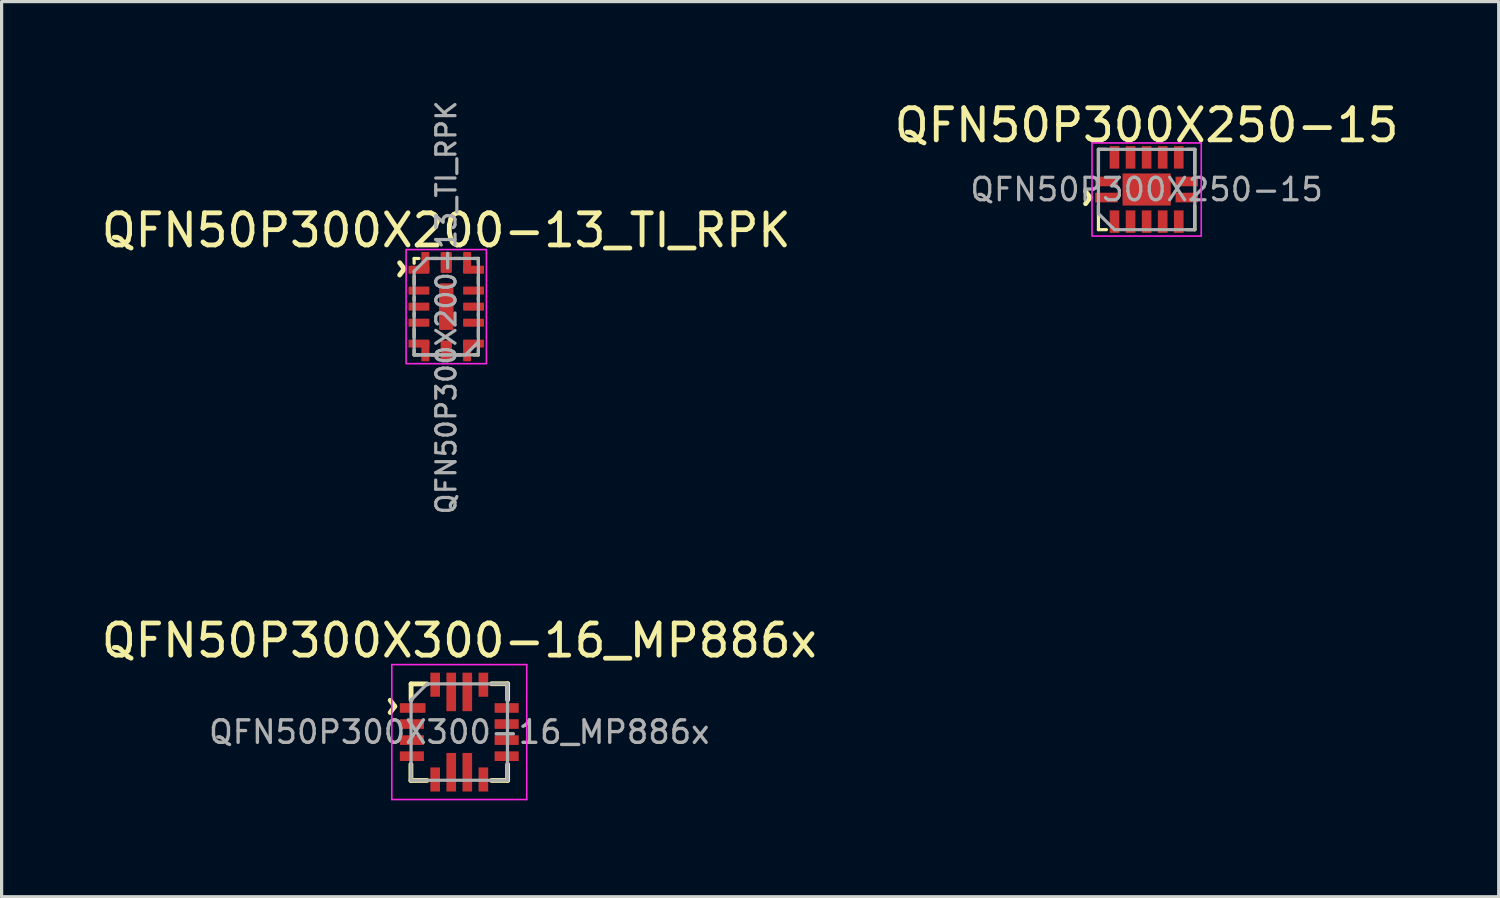
<source format=kicad_pcb>
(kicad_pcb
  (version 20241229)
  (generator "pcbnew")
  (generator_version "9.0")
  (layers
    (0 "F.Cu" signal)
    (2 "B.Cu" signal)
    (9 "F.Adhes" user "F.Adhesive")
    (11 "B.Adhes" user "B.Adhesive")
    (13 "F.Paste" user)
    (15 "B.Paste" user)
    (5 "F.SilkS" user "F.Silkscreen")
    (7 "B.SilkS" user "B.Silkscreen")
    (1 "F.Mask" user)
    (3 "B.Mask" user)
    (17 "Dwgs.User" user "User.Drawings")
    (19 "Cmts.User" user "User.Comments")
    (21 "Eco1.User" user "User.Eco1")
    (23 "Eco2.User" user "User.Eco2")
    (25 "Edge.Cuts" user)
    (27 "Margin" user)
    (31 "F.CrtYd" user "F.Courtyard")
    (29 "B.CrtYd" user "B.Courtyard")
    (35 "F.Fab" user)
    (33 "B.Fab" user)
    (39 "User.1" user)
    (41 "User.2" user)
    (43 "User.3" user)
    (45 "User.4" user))
  (footprint "QFN50P300X250-15"
    (layer "F.Cu")
    (at 32.637 2.848)
    (property "Reference" "QFN50P300X250-15" (at 0 -2 0) (unlocked yes) (layer "F.SilkS") (effects (font (size 1 1) (thickness 0.15))))
    (fp_line (start -1.5 -1.25) (end -1.5 -0.5) (stroke (width 0.1) (type solid)) (layer "F.SilkS"))
    (fp_line (start -1.5 0.5) (end -1.5 1.25) (stroke (width 0.1) (type solid)) (layer "F.SilkS"))
    (fp_line (start -1.5 1.25) (end -1.25 1.25) (stroke (width 0.1) (type solid)) (layer "F.SilkS"))
    (fp_line (start -1.25 -1.25) (end -1.5 -1.25) (stroke (width 0.1) (type solid)) (layer "F.SilkS"))
    (fp_line (start 1.25 -1.25) (end 1.5 -1.25) (stroke (width 0.1) (type solid)) (layer "F.SilkS"))
    (fp_line (start 1.5 -1.25) (end 1.5 -0.5) (stroke (width 0.1) (type solid)) (layer "F.SilkS"))
    (fp_line (start 1.5 0.5) (end 1.5 1.25) (stroke (width 0.1) (type solid)) (layer "F.SilkS"))
    (fp_line (start 1.5 1.25) (end 1.25 1.25) (stroke (width 0.1) (type solid)) (layer "F.SilkS"))
    (fp_rect (start -1.7 -1.45) (end 1.7 1.45) (stroke (width 0.05) (type solid)) (fill no) (layer "F.CrtYd"))
    (fp_line (start -1.5 -1.25) (end 1.5 -1.25) (stroke (width 0.1) (type solid)) (layer "F.Fab"))
    (fp_line (start -1.5 0.75) (end -1.5 -1.25) (stroke (width 0.1) (type solid)) (layer "F.Fab"))
    (fp_line (start -1 1.25) (end -1.5 0.75) (stroke (width 0.1) (type solid)) (layer "F.Fab"))
    (fp_line (start 1.5 -1.25) (end 1.5 1.25) (stroke (width 0.1) (type solid)) (layer "F.Fab"))
    (fp_line (start 1.5 1.25) (end -1 1.25) (stroke (width 0.1) (type solid)) (layer "F.Fab"))
    (fp_text user "^" (at -2.35 0.25 270) (unlocked yes) (layer "F.SilkS") (effects (font (size 1 1) (thickness 0.15))))
    (fp_text user "${REFERENCE}" (at 0 0 0) (unlocked yes) (layer "F.Fab") (effects (font (size 0.7 0.7) (thickness 0.1))))
    (pad "1" smd rect (at -1.25 0.25 90) (size 0.3 0.7) (layers "F.Cu" "F.Mask" "F.Paste"))
    (pad "2" smd rect (at -1 1 180) (size 0.3 0.7) (layers "F.Cu" "F.Mask" "F.Paste"))
    (pad "3" smd rect (at -0.5 1 180) (size 0.3 0.7) (layers "F.Cu" "F.Mask" "F.Paste"))
    (pad "4" smd rect (at 0 1 180) (size 0.3 0.7) (layers "F.Cu" "F.Mask" "F.Paste"))
    (pad "5" smd rect (at 0.5 1 180) (size 0.3 0.7) (layers "F.Cu" "F.Mask" "F.Paste"))
    (pad "6" smd rect (at 1 1 180) (size 0.3 0.7) (layers "F.Cu" "F.Mask" "F.Paste"))
    (pad "7" smd rect (at 1.25 0.25 270) (size 0.3 0.7) (layers "F.Cu" "F.Mask" "F.Paste"))
    (pad "8" smd rect (at 1.25 -0.25 270) (size 0.3 0.7) (layers "F.Cu" "F.Mask" "F.Paste"))
    (pad "9" smd rect (at 1 -1) (size 0.3 0.7) (layers "F.Cu" "F.Mask" "F.Paste"))
    (pad "10" smd rect (at 0.5 -1) (size 0.3 0.7) (layers "F.Cu" "F.Mask" "F.Paste"))
    (pad "11" smd rect (at 0 -1) (size 0.3 0.7) (layers "F.Cu" "F.Mask" "F.Paste"))
    (pad "12" smd rect (at -0.5 -1) (size 0.3 0.7) (layers "F.Cu" "F.Mask" "F.Paste"))
    (pad "13" smd rect (at -1 -1) (size 0.3 0.7) (layers "F.Cu" "F.Mask" "F.Paste"))
    (pad "14" smd rect (at -1.25 -0.25 90) (size 0.3 0.7) (layers "F.Cu" "F.Mask" "F.Paste"))
    (pad "15" smd rect (at 0 0 180) (size 1.5 1) (layers "F.Cu" "F.Mask" "F.Paste")))
  (footprint "QFN50P300X200-13_TI_RPK"
    (layer "F.Cu")
    (at 10.839 6.494)
    (property "Reference" "QFN50P300X200-13_TI_RPK" (at 0 -2.375 0) (unlocked yes) (layer "F.SilkS") (effects (font (size 1 1) (thickness 0.15))))
    (fp_line (start -1 -1.5) (end -0.85 -1.5) (stroke (width 0.1) (type solid)) (layer "F.SilkS"))
    (fp_line (start -1 -1.35) (end -1 -1.5) (stroke (width 0.1) (type solid)) (layer "F.SilkS"))
    (fp_line (start -1 -0.95) (end -1 -0.7) (stroke (width 0.1) (type solid)) (layer "F.SilkS"))
    (fp_line (start -1 -0.3) (end -1 -0.2) (stroke (width 0.1) (type solid)) (layer "F.SilkS"))
    (fp_line (start -1 0.2) (end -1 0.3) (stroke (width 0.1) (type solid)) (layer "F.SilkS"))
    (fp_line (start -1 0.95) (end -1 0.7) (stroke (width 0.1) (type solid)) (layer "F.SilkS"))
    (fp_line (start -1 1.35) (end -1 1.5) (stroke (width 0.1) (type solid)) (layer "F.SilkS"))
    (fp_line (start -1 1.5) (end -0.85 1.5) (stroke (width 0.1) (type solid)) (layer "F.SilkS"))
    (fp_line (start -0.45 -1.5) (end -0.25 -1.5) (stroke (width 0.1) (type solid)) (layer "F.SilkS"))
    (fp_line (start -0.45 1.5) (end -0.25 1.5) (stroke (width 0.1) (type solid)) (layer "F.SilkS"))
    (fp_line (start 0.25 -1.5) (end 0.45 -1.5) (stroke (width 0.1) (type solid)) (layer "F.SilkS"))
    (fp_line (start 0.25 1.5) (end 0.45 1.5) (stroke (width 0.1) (type solid)) (layer "F.SilkS"))
    (fp_line (start 0.85 1.5) (end 1 1.5) (stroke (width 0.1) (type solid)) (layer "F.SilkS"))
    (fp_line (start 1 -1.5) (end 0.85 -1.5) (stroke (width 0.1) (type solid)) (layer "F.SilkS"))
    (fp_line (start 1 -1.5) (end 1 -1.35) (stroke (width 0.1) (type solid)) (layer "F.SilkS"))
    (fp_line (start 1 -0.95) (end 1 -0.7) (stroke (width 0.1) (type solid)) (layer "F.SilkS"))
    (fp_line (start 1 -0.3) (end 1 -0.2) (stroke (width 0.1) (type solid)) (layer "F.SilkS"))
    (fp_line (start 1 0.2) (end 1 0.3) (stroke (width 0.1) (type solid)) (layer "F.SilkS"))
    (fp_line (start 1 0.95) (end 1 0.7) (stroke (width 0.1) (type solid)) (layer "F.SilkS"))
    (fp_line (start 1 1.5) (end 1 1.35) (stroke (width 0.1) (type solid)) (layer "F.SilkS"))
    (fp_rect (start -1.25 -1.775) (end 1.25 1.775) (stroke (width 0.05) (type solid)) (fill no) (layer "F.CrtYd"))
    (fp_line (start -1 -1.1) (end -1 1.5) (stroke (width 0.1) (type solid)) (layer "F.Fab"))
    (fp_line (start -1 1.5) (end 0.6 1.5) (stroke (width 0.1) (type solid)) (layer "F.Fab"))
    (fp_line (start -1 1.5) (end 1 1.5) (stroke (width 0.1) (type solid)) (layer "F.Fab"))
    (fp_line (start -0.6 -1.5) (end -1 -1.1) (stroke (width 0.1) (type solid)) (layer "F.Fab"))
    (fp_line (start 0.6 1.5) (end 1 1.1) (stroke (width 0.1) (type solid)) (layer "F.Fab"))
    (fp_line (start 1 -1.5) (end -0.6 -1.5) (stroke (width 0.1) (type solid)) (layer "F.Fab"))
    (fp_line (start 1 1.5) (end 1 -1.5) (stroke (width 0.1) (type solid)) (layer "F.Fab"))
    (fp_text user "^" (at -1.9 -1.175 270) (unlocked yes) (layer "F.SilkS") (effects (font (size 1 1) (thickness 0.15))))
    (fp_text user "${REFERENCE}" (at 0 0.025 90) (unlocked yes) (layer "F.Fab") (effects (font (size 0.6 0.6) (thickness 0.1))))
    (pad "1" smd roundrect (at -0.85 -1.15 90) (size 0.25 0.65) (layers "F.Cu" "F.Mask" "F.Paste") (roundrect_rratio 0.1))
    (pad "1" smd roundrect (at -0.65 -1.375) (size 0.25 0.65) (layers "F.Cu" "F.Mask" "F.Paste") (roundrect_rratio 0.1))
    (pad "2" smd roundrect (at -0.85 -0.5 90) (size 0.25 0.65) (layers "F.Cu" "F.Mask" "F.Paste") (roundrect_rratio 0.1))
    (pad "3" smd roundrect (at -0.85 0 90) (size 0.25 0.65) (layers "F.Cu" "F.Mask" "F.Paste") (roundrect_rratio 0.1))
    (pad "4" smd roundrect (at -0.85 0.5 270) (size 0.25 0.65) (layers "F.Cu" "F.Mask" "F.Paste") (roundrect_rratio 0.1))
    (pad "5" smd roundrect (at -0.85 1.15 270) (size 0.25 0.65) (layers "F.Cu" "F.Mask" "F.Paste") (roundrect_rratio 0.1))
    (pad "5" smd roundrect (at -0.65 1.375 180) (size 0.25 0.65) (layers "F.Cu" "F.Mask" "F.Paste") (roundrect_rratio 0.1))
    (pad "6" smd roundrect (at 0 1.375 180) (size 0.35 0.65) (layers "F.Cu" "F.Mask" "F.Paste") (roundrect_rratio 0.1))
    (pad "7" smd roundrect (at 0.65 1.375 180) (size 0.25 0.65) (layers "F.Cu" "F.Mask" "F.Paste") (roundrect_rratio 0.1))
    (pad "7" smd roundrect (at 0.85 1.15 270) (size 0.25 0.65) (layers "F.Cu" "F.Mask" "F.Paste") (roundrect_rratio 0.1))
    (pad "8" smd roundrect (at 0.85 0.5 270) (size 0.25 0.65) (layers "F.Cu" "F.Mask" "F.Paste") (roundrect_rratio 0.1))
    (pad "9" smd roundrect (at 0.85 0 270) (size 0.25 0.65) (layers "F.Cu" "F.Mask" "F.Paste") (roundrect_rratio 0.1))
    (pad "10" smd roundrect (at 0.85 -0.5 90) (size 0.25 0.65) (layers "F.Cu" "F.Mask" "F.Paste") (roundrect_rratio 0.1))
    (pad "11" smd roundrect (at 0.65 -1.375) (size 0.25 0.65) (layers "F.Cu" "F.Mask" "F.Paste") (roundrect_rratio 0.1))
    (pad "11" smd roundrect (at 0.85 -1.15 90) (size 0.25 0.65) (layers "F.Cu" "F.Mask" "F.Paste") (roundrect_rratio 0.1))
    (pad "12" smd roundrect (at 0 -1.375) (size 0.35 0.65) (layers "F.Cu" "F.Mask" "F.Paste") (roundrect_rratio 0.1))
    (pad "13" smd roundrect (at 0 0) (size 0.45 1.45) (layers "F.Cu" "F.Mask" "F.Paste") (roundrect_rratio 0.1)))
  (footprint "QFN50P300X300-16_MP886x"
    (layer "F.Cu")
    (at 11.244 19.735)
    (property "Reference" "QFN50P300X300-16_MP886x" (at 0 -2.85 0) (layer "F.SilkS") (effects (font (size 1 1) (thickness 0.15))))
    (attr smd)
    (fp_line (start -1.505 1.505) (end -1.505 1.005) (stroke (width 0.15) (type solid)) (layer "F.SilkS"))
    (fp_line (start -1.505 1.505) (end -1.005 1.505) (stroke (width 0.15) (type solid)) (layer "F.SilkS"))
    (fp_line (start -1.5 -1.5) (end -1.5 -1) (stroke (width 0.15) (type solid)) (layer "F.SilkS"))
    (fp_line (start -1.5 -1.5) (end -1 -1.5) (stroke (width 0.15) (type solid)) (layer "F.SilkS"))
    (fp_line (start 1.505 -1.505) (end 1.005 -1.505) (stroke (width 0.15) (type solid)) (layer "F.SilkS"))
    (fp_line (start 1.505 -1.505) (end 1.505 -1.005) (stroke (width 0.15) (type solid)) (layer "F.SilkS"))
    (fp_line (start 1.505 1.505) (end 1.005 1.505) (stroke (width 0.15) (type solid)) (layer "F.SilkS"))
    (fp_line (start 1.505 1.505) (end 1.505 1.005) (stroke (width 0.15) (type solid)) (layer "F.SilkS"))
    (fp_line (start -2.1 -2.1) (end -2.1 2.1) (stroke (width 0.05) (type solid)) (layer "F.CrtYd"))
    (fp_line (start -2.1 -2.1) (end 2.1 -2.1) (stroke (width 0.05) (type solid)) (layer "F.CrtYd"))
    (fp_line (start -2.1 2.1) (end 2.1 2.1) (stroke (width 0.05) (type solid)) (layer "F.CrtYd"))
    (fp_line (start 2.1 -2.1) (end 2.1 2.1) (stroke (width 0.05) (type solid)) (layer "F.CrtYd"))
    (fp_line (start -1.5 -1) (end -1 -1.5) (stroke (width 0.1) (type solid)) (layer "F.Fab"))
    (fp_line (start -1.5 1.5) (end -1.5 -1) (stroke (width 0.1) (type solid)) (layer "F.Fab"))
    (fp_line (start -1 -1.5) (end 1.5 -1.5) (stroke (width 0.1) (type solid)) (layer "F.Fab"))
    (fp_line (start 1.5 -1.5) (end 1.5 1.5) (stroke (width 0.1) (type solid)) (layer "F.Fab"))
    (fp_line (start 1.5 1.5) (end -1.5 1.5) (stroke (width 0.1) (type solid)) (layer "F.Fab"))
    (fp_text user "^" (at -2.6 -0.8 270) (unlocked yes) (layer "F.SilkS") (effects (font (size 1 1) (thickness 0.15))))
    (fp_text user "${REFERENCE}" (at 0 0 0) (layer "F.Fab") (effects (font (size 0.7 0.7) (thickness 0.105))))
    (pad "1" smd rect (at -1.45 -0.75) (size 0.8 0.3) (layers "F.Cu" "F.Mask" "F.Paste"))
    (pad "2" smd rect (at -1.475 -0.25) (size 0.75 0.3) (layers "F.Cu" "F.Mask" "F.Paste"))
    (pad "3" smd rect (at -1.475 0.25) (size 0.75 0.3) (layers "F.Cu" "F.Mask" "F.Paste"))
    (pad "4" smd rect (at -1.475 0.75) (size 0.75 0.3) (layers "F.Cu" "F.Mask" "F.Paste"))
    (pad "5" smd rect (at -0.75 1.475 90) (size 0.75 0.3) (layers "F.Cu" "F.Mask" "F.Paste"))
    (pad "6" smd rect (at -0.25 1.25 90) (size 1.2 0.3) (layers "F.Cu" "F.Mask" "F.Paste"))
    (pad "7" smd rect (at 0.25 1.25 90) (size 1.2 0.3) (layers "F.Cu" "F.Mask" "F.Paste"))
    (pad "8" smd rect (at 0.75 1.475 90) (size 0.75 0.3) (layers "F.Cu" "F.Mask" "F.Paste"))
    (pad "9" smd rect (at 1.475 0.75) (size 0.75 0.3) (layers "F.Cu" "F.Mask" "F.Paste"))
    (pad "10" smd rect (at 1.475 0.25) (size 0.75 0.3) (layers "F.Cu" "F.Mask" "F.Paste"))
    (pad "11" smd rect (at 1.475 -0.25) (size 0.75 0.3) (layers "F.Cu" "F.Mask" "F.Paste"))
    (pad "12" smd rect (at 1.475 -0.75) (size 0.75 0.3) (layers "F.Cu" "F.Mask" "F.Paste"))
    (pad "13" smd rect (at 0.75 -1.475 90) (size 0.75 0.3) (layers "F.Cu" "F.Mask" "F.Paste"))
    (pad "14" smd rect (at 0.25 -1.25 90) (size 1.2 0.3) (layers "F.Cu" "F.Mask" "F.Paste"))
    (pad "15" smd rect (at -0.25 -1.25 90) (size 1.2 0.3) (layers "F.Cu" "F.Mask" "F.Paste"))
    (pad "16" smd rect (at -0.75 -1.475 90) (size 0.75 0.3) (layers "F.Cu" "F.Mask" "F.Paste")))
  (gr_rect
    (start -3 -3)
    (end 43.595 24.86)
    (stroke (width 0.1) (type default))
    (fill no)
    (layer "Edge.Cuts")))
</source>
